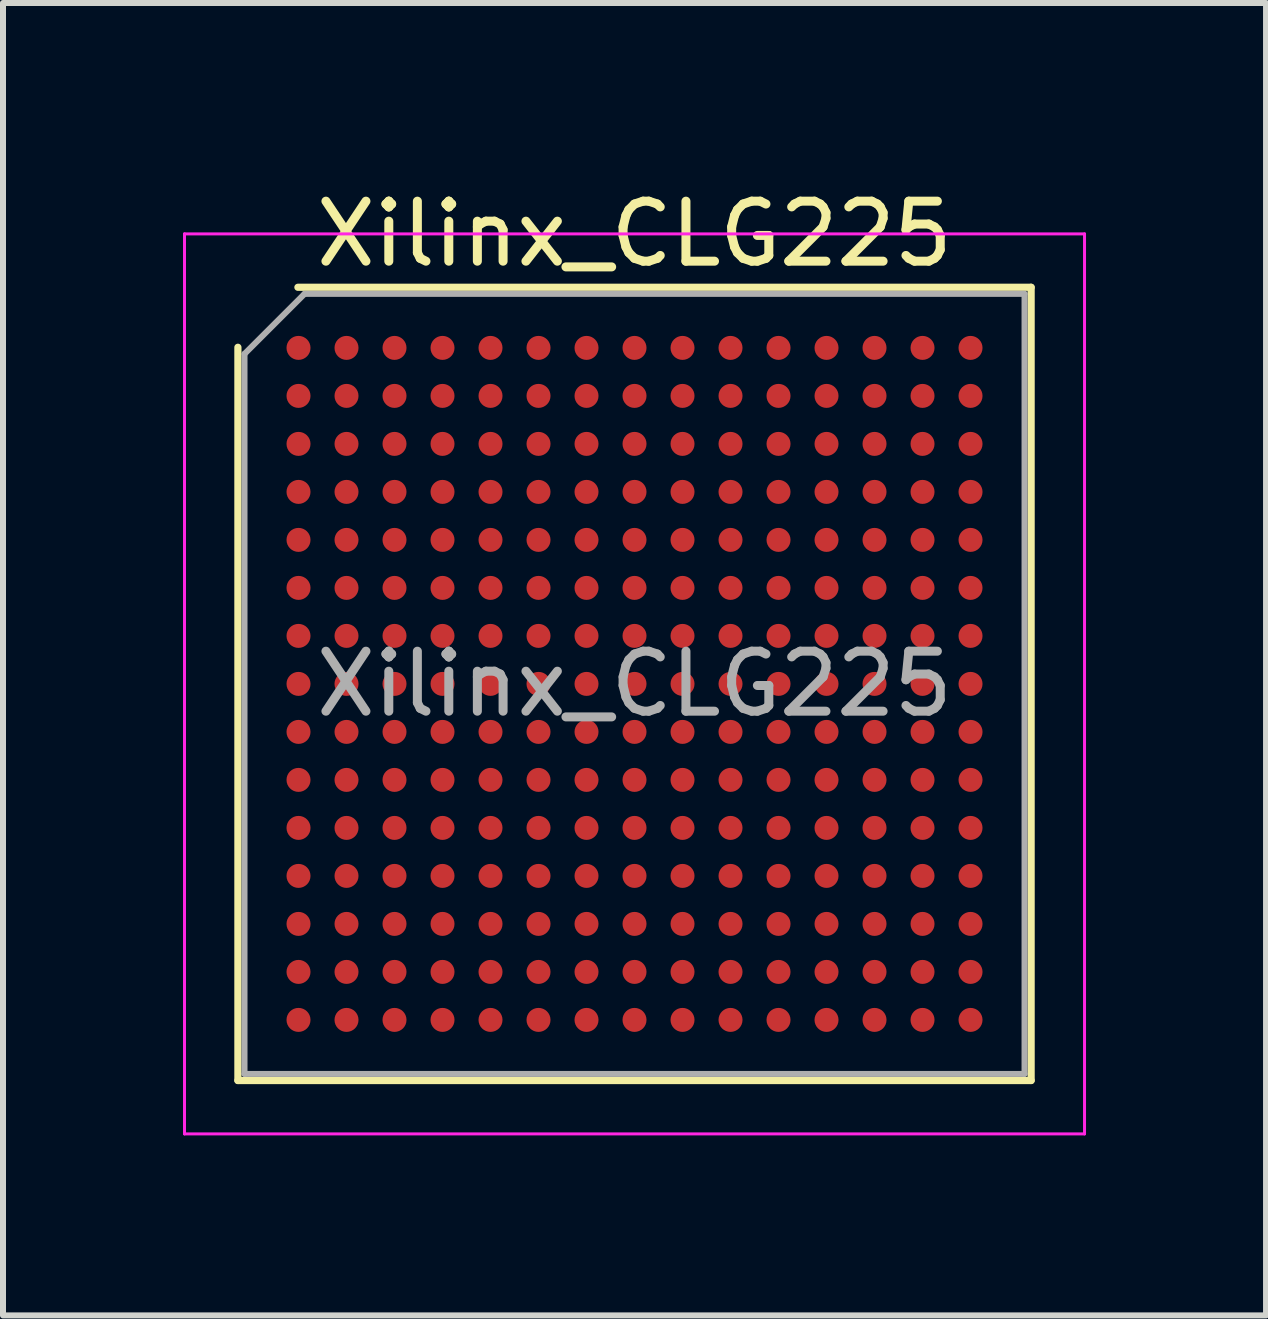
<source format=kicad_pcb>
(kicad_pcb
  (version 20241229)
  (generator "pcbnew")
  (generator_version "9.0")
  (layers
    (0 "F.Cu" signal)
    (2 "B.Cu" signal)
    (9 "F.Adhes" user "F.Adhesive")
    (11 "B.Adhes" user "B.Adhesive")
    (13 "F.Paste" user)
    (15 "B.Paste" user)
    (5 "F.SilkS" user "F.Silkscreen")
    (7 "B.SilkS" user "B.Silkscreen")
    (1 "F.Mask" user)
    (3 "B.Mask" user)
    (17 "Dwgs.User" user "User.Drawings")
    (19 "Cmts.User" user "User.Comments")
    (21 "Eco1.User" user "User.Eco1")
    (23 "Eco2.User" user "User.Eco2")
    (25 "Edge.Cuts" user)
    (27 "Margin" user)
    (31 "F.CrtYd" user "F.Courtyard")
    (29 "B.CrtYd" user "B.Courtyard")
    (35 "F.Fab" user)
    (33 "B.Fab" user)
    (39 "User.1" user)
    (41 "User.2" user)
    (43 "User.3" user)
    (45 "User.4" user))
  (footprint "Xilinx_CLG225"
    (layer "F.Cu")
    (at 7.525 8.348)
    (property "Reference" "Xilinx_CLG225" (at 0 -7.5 0) (layer "F.SilkS") (effects (font (size 1 1) (thickness 0.15))))
    (attr smd)
    (fp_line (start -6.61 6.61) (end -6.61 -5.61) (stroke (width 0.12) (type solid)) (layer "F.SilkS"))
    (fp_line (start -5.61 -6.61) (end 6.61 -6.61) (stroke (width 0.12) (type solid)) (layer "F.SilkS"))
    (fp_line (start 6.61 -6.61) (end 6.61 6.61) (stroke (width 0.12) (type solid)) (layer "F.SilkS"))
    (fp_line (start 6.61 6.61) (end -6.61 6.61) (stroke (width 0.12) (type solid)) (layer "F.SilkS"))
    (fp_line (start -7.5 -7.5) (end -7.5 7.5) (stroke (width 0.05) (type solid)) (layer "F.CrtYd"))
    (fp_line (start -7.5 7.5) (end 7.5 7.5) (stroke (width 0.05) (type solid)) (layer "F.CrtYd"))
    (fp_line (start 7.5 -7.5) (end -7.5 -7.5) (stroke (width 0.05) (type solid)) (layer "F.CrtYd"))
    (fp_line (start 7.5 7.5) (end 7.5 -7.5) (stroke (width 0.05) (type solid)) (layer "F.CrtYd"))
    (fp_line (start -6.5 -5.5) (end -5.5 -6.5) (stroke (width 0.1) (type solid)) (layer "F.Fab"))
    (fp_line (start -6.5 6.5) (end -6.5 -5.5) (stroke (width 0.1) (type solid)) (layer "F.Fab"))
    (fp_line (start -5.5 -6.5) (end 6.5 -6.5) (stroke (width 0.1) (type solid)) (layer "F.Fab"))
    (fp_line (start 6.5 -6.5) (end 6.5 6.5) (stroke (width 0.1) (type solid)) (layer "F.Fab"))
    (fp_line (start 6.5 6.5) (end -6.5 6.5) (stroke (width 0.1) (type solid)) (layer "F.Fab"))
    (fp_text user "${REFERENCE}" (at 0 0 0) (layer "F.Fab") (effects (font (size 1 1) (thickness 0.15))))
    (pad "A1" smd circle (at -5.6 -5.6) (size 0.4 0.4) (layers "F.Cu" "F.Mask" "F.Paste"))
    (pad "A2" smd circle (at -4.8 -5.6) (size 0.4 0.4) (layers "F.Cu" "F.Mask" "F.Paste"))
    (pad "A3" smd circle (at -4 -5.6) (size 0.4 0.4) (layers "F.Cu" "F.Mask" "F.Paste"))
    (pad "A4" smd circle (at -3.2 -5.6) (size 0.4 0.4) (layers "F.Cu" "F.Mask" "F.Paste"))
    (pad "A5" smd circle (at -2.4 -5.6) (size 0.4 0.4) (layers "F.Cu" "F.Mask" "F.Paste"))
    (pad "A6" smd circle (at -1.6 -5.6) (size 0.4 0.4) (layers "F.Cu" "F.Mask" "F.Paste"))
    (pad "A7" smd circle (at -0.8 -5.6) (size 0.4 0.4) (layers "F.Cu" "F.Mask" "F.Paste"))
    (pad "A8" smd circle (at 0 -5.6) (size 0.4 0.4) (layers "F.Cu" "F.Mask" "F.Paste"))
    (pad "A9" smd circle (at 0.8 -5.6) (size 0.4 0.4) (layers "F.Cu" "F.Mask" "F.Paste"))
    (pad "A10" smd circle (at 1.6 -5.6) (size 0.4 0.4) (layers "F.Cu" "F.Mask" "F.Paste"))
    (pad "A11" smd circle (at 2.4 -5.6) (size 0.4 0.4) (layers "F.Cu" "F.Mask" "F.Paste"))
    (pad "A12" smd circle (at 3.2 -5.6) (size 0.4 0.4) (layers "F.Cu" "F.Mask" "F.Paste"))
    (pad "A13" smd circle (at 4 -5.6) (size 0.4 0.4) (layers "F.Cu" "F.Mask" "F.Paste"))
    (pad "A14" smd circle (at 4.8 -5.6) (size 0.4 0.4) (layers "F.Cu" "F.Mask" "F.Paste"))
    (pad "A15" smd circle (at 5.6 -5.6) (size 0.4 0.4) (layers "F.Cu" "F.Mask" "F.Paste"))
    (pad "B1" smd circle (at -5.6 -4.8) (size 0.4 0.4) (layers "F.Cu" "F.Mask" "F.Paste"))
    (pad "B2" smd circle (at -4.8 -4.8) (size 0.4 0.4) (layers "F.Cu" "F.Mask" "F.Paste"))
    (pad "B3" smd circle (at -4 -4.8) (size 0.4 0.4) (layers "F.Cu" "F.Mask" "F.Paste"))
    (pad "B4" smd circle (at -3.2 -4.8) (size 0.4 0.4) (layers "F.Cu" "F.Mask" "F.Paste"))
    (pad "B5" smd circle (at -2.4 -4.8) (size 0.4 0.4) (layers "F.Cu" "F.Mask" "F.Paste"))
    (pad "B6" smd circle (at -1.6 -4.8) (size 0.4 0.4) (layers "F.Cu" "F.Mask" "F.Paste"))
    (pad "B7" smd circle (at -0.8 -4.8) (size 0.4 0.4) (layers "F.Cu" "F.Mask" "F.Paste"))
    (pad "B8" smd circle (at 0 -4.8) (size 0.4 0.4) (layers "F.Cu" "F.Mask" "F.Paste"))
    (pad "B9" smd circle (at 0.8 -4.8) (size 0.4 0.4) (layers "F.Cu" "F.Mask" "F.Paste"))
    (pad "B10" smd circle (at 1.6 -4.8) (size 0.4 0.4) (layers "F.Cu" "F.Mask" "F.Paste"))
    (pad "B11" smd circle (at 2.4 -4.8) (size 0.4 0.4) (layers "F.Cu" "F.Mask" "F.Paste"))
    (pad "B12" smd circle (at 3.2 -4.8) (size 0.4 0.4) (layers "F.Cu" "F.Mask" "F.Paste"))
    (pad "B13" smd circle (at 4 -4.8) (size 0.4 0.4) (layers "F.Cu" "F.Mask" "F.Paste"))
    (pad "B14" smd circle (at 4.8 -4.8) (size 0.4 0.4) (layers "F.Cu" "F.Mask" "F.Paste"))
    (pad "B15" smd circle (at 5.6 -4.8) (size 0.4 0.4) (layers "F.Cu" "F.Mask" "F.Paste"))
    (pad "C1" smd circle (at -5.6 -4) (size 0.4 0.4) (layers "F.Cu" "F.Mask" "F.Paste"))
    (pad "C2" smd circle (at -4.8 -4) (size 0.4 0.4) (layers "F.Cu" "F.Mask" "F.Paste"))
    (pad "C3" smd circle (at -4 -4) (size 0.4 0.4) (layers "F.Cu" "F.Mask" "F.Paste"))
    (pad "C4" smd circle (at -3.2 -4) (size 0.4 0.4) (layers "F.Cu" "F.Mask" "F.Paste"))
    (pad "C5" smd circle (at -2.4 -4) (size 0.4 0.4) (layers "F.Cu" "F.Mask" "F.Paste"))
    (pad "C6" smd circle (at -1.6 -4) (size 0.4 0.4) (layers "F.Cu" "F.Mask" "F.Paste"))
    (pad "C7" smd circle (at -0.8 -4) (size 0.4 0.4) (layers "F.Cu" "F.Mask" "F.Paste"))
    (pad "C8" smd circle (at 0 -4) (size 0.4 0.4) (layers "F.Cu" "F.Mask" "F.Paste"))
    (pad "C9" smd circle (at 0.8 -4) (size 0.4 0.4) (layers "F.Cu" "F.Mask" "F.Paste"))
    (pad "C10" smd circle (at 1.6 -4) (size 0.4 0.4) (layers "F.Cu" "F.Mask" "F.Paste"))
    (pad "C11" smd circle (at 2.4 -4) (size 0.4 0.4) (layers "F.Cu" "F.Mask" "F.Paste"))
    (pad "C12" smd circle (at 3.2 -4) (size 0.4 0.4) (layers "F.Cu" "F.Mask" "F.Paste"))
    (pad "C13" smd circle (at 4 -4) (size 0.4 0.4) (layers "F.Cu" "F.Mask" "F.Paste"))
    (pad "C14" smd circle (at 4.8 -4) (size 0.4 0.4) (layers "F.Cu" "F.Mask" "F.Paste"))
    (pad "C15" smd circle (at 5.6 -4) (size 0.4 0.4) (layers "F.Cu" "F.Mask" "F.Paste"))
    (pad "D1" smd circle (at -5.6 -3.2) (size 0.4 0.4) (layers "F.Cu" "F.Mask" "F.Paste"))
    (pad "D2" smd circle (at -4.8 -3.2) (size 0.4 0.4) (layers "F.Cu" "F.Mask" "F.Paste"))
    (pad "D3" smd circle (at -4 -3.2) (size 0.4 0.4) (layers "F.Cu" "F.Mask" "F.Paste"))
    (pad "D4" smd circle (at -3.2 -3.2) (size 0.4 0.4) (layers "F.Cu" "F.Mask" "F.Paste"))
    (pad "D5" smd circle (at -2.4 -3.2) (size 0.4 0.4) (layers "F.Cu" "F.Mask" "F.Paste"))
    (pad "D6" smd circle (at -1.6 -3.2) (size 0.4 0.4) (layers "F.Cu" "F.Mask" "F.Paste"))
    (pad "D7" smd circle (at -0.8 -3.2) (size 0.4 0.4) (layers "F.Cu" "F.Mask" "F.Paste"))
    (pad "D8" smd circle (at 0 -3.2) (size 0.4 0.4) (layers "F.Cu" "F.Mask" "F.Paste"))
    (pad "D9" smd circle (at 0.8 -3.2) (size 0.4 0.4) (layers "F.Cu" "F.Mask" "F.Paste"))
    (pad "D10" smd circle (at 1.6 -3.2) (size 0.4 0.4) (layers "F.Cu" "F.Mask" "F.Paste"))
    (pad "D11" smd circle (at 2.4 -3.2) (size 0.4 0.4) (layers "F.Cu" "F.Mask" "F.Paste"))
    (pad "D12" smd circle (at 3.2 -3.2) (size 0.4 0.4) (layers "F.Cu" "F.Mask" "F.Paste"))
    (pad "D13" smd circle (at 4 -3.2) (size 0.4 0.4) (layers "F.Cu" "F.Mask" "F.Paste"))
    (pad "D14" smd circle (at 4.8 -3.2) (size 0.4 0.4) (layers "F.Cu" "F.Mask" "F.Paste"))
    (pad "D15" smd circle (at 5.6 -3.2) (size 0.4 0.4) (layers "F.Cu" "F.Mask" "F.Paste"))
    (pad "E1" smd circle (at -5.6 -2.4) (size 0.4 0.4) (layers "F.Cu" "F.Mask" "F.Paste"))
    (pad "E2" smd circle (at -4.8 -2.4) (size 0.4 0.4) (layers "F.Cu" "F.Mask" "F.Paste"))
    (pad "E3" smd circle (at -4 -2.4) (size 0.4 0.4) (layers "F.Cu" "F.Mask" "F.Paste"))
    (pad "E4" smd circle (at -3.2 -2.4) (size 0.4 0.4) (layers "F.Cu" "F.Mask" "F.Paste"))
    (pad "E5" smd circle (at -2.4 -2.4) (size 0.4 0.4) (layers "F.Cu" "F.Mask" "F.Paste"))
    (pad "E6" smd circle (at -1.6 -2.4) (size 0.4 0.4) (layers "F.Cu" "F.Mask" "F.Paste"))
    (pad "E7" smd circle (at -0.8 -2.4) (size 0.4 0.4) (layers "F.Cu" "F.Mask" "F.Paste"))
    (pad "E8" smd circle (at 0 -2.4) (size 0.4 0.4) (layers "F.Cu" "F.Mask" "F.Paste"))
    (pad "E9" smd circle (at 0.8 -2.4) (size 0.4 0.4) (layers "F.Cu" "F.Mask" "F.Paste"))
    (pad "E10" smd circle (at 1.6 -2.4) (size 0.4 0.4) (layers "F.Cu" "F.Mask" "F.Paste"))
    (pad "E11" smd circle (at 2.4 -2.4) (size 0.4 0.4) (layers "F.Cu" "F.Mask" "F.Paste"))
    (pad "E12" smd circle (at 3.2 -2.4) (size 0.4 0.4) (layers "F.Cu" "F.Mask" "F.Paste"))
    (pad "E13" smd circle (at 4 -2.4) (size 0.4 0.4) (layers "F.Cu" "F.Mask" "F.Paste"))
    (pad "E14" smd circle (at 4.8 -2.4) (size 0.4 0.4) (layers "F.Cu" "F.Mask" "F.Paste"))
    (pad "E15" smd circle (at 5.6 -2.4) (size 0.4 0.4) (layers "F.Cu" "F.Mask" "F.Paste"))
    (pad "F1" smd circle (at -5.6 -1.6) (size 0.4 0.4) (layers "F.Cu" "F.Mask" "F.Paste"))
    (pad "F2" smd circle (at -4.8 -1.6) (size 0.4 0.4) (layers "F.Cu" "F.Mask" "F.Paste"))
    (pad "F3" smd circle (at -4 -1.6) (size 0.4 0.4) (layers "F.Cu" "F.Mask" "F.Paste"))
    (pad "F4" smd circle (at -3.2 -1.6) (size 0.4 0.4) (layers "F.Cu" "F.Mask" "F.Paste"))
    (pad "F5" smd circle (at -2.4 -1.6) (size 0.4 0.4) (layers "F.Cu" "F.Mask" "F.Paste"))
    (pad "F6" smd circle (at -1.6 -1.6) (size 0.4 0.4) (layers "F.Cu" "F.Mask" "F.Paste"))
    (pad "F7" smd circle (at -0.8 -1.6) (size 0.4 0.4) (layers "F.Cu" "F.Mask" "F.Paste"))
    (pad "F8" smd circle (at 0 -1.6) (size 0.4 0.4) (layers "F.Cu" "F.Mask" "F.Paste"))
    (pad "F9" smd circle (at 0.8 -1.6) (size 0.4 0.4) (layers "F.Cu" "F.Mask" "F.Paste"))
    (pad "F10" smd circle (at 1.6 -1.6) (size 0.4 0.4) (layers "F.Cu" "F.Mask" "F.Paste"))
    (pad "F11" smd circle (at 2.4 -1.6) (size 0.4 0.4) (layers "F.Cu" "F.Mask" "F.Paste"))
    (pad "F12" smd circle (at 3.2 -1.6) (size 0.4 0.4) (layers "F.Cu" "F.Mask" "F.Paste"))
    (pad "F13" smd circle (at 4 -1.6) (size 0.4 0.4) (layers "F.Cu" "F.Mask" "F.Paste"))
    (pad "F14" smd circle (at 4.8 -1.6) (size 0.4 0.4) (layers "F.Cu" "F.Mask" "F.Paste"))
    (pad "F15" smd circle (at 5.6 -1.6) (size 0.4 0.4) (layers "F.Cu" "F.Mask" "F.Paste"))
    (pad "G1" smd circle (at -5.6 -0.8) (size 0.4 0.4) (layers "F.Cu" "F.Mask" "F.Paste"))
    (pad "G2" smd circle (at -4.8 -0.8) (size 0.4 0.4) (layers "F.Cu" "F.Mask" "F.Paste"))
    (pad "G3" smd circle (at -4 -0.8) (size 0.4 0.4) (layers "F.Cu" "F.Mask" "F.Paste"))
    (pad "G4" smd circle (at -3.2 -0.8) (size 0.4 0.4) (layers "F.Cu" "F.Mask" "F.Paste"))
    (pad "G5" smd circle (at -2.4 -0.8) (size 0.4 0.4) (layers "F.Cu" "F.Mask" "F.Paste"))
    (pad "G6" smd circle (at -1.6 -0.8) (size 0.4 0.4) (layers "F.Cu" "F.Mask" "F.Paste"))
    (pad "G7" smd circle (at -0.8 -0.8) (size 0.4 0.4) (layers "F.Cu" "F.Mask" "F.Paste"))
    (pad "G8" smd circle (at 0 -0.8) (size 0.4 0.4) (layers "F.Cu" "F.Mask" "F.Paste"))
    (pad "G9" smd circle (at 0.8 -0.8) (size 0.4 0.4) (layers "F.Cu" "F.Mask" "F.Paste"))
    (pad "G10" smd circle (at 1.6 -0.8) (size 0.4 0.4) (layers "F.Cu" "F.Mask" "F.Paste"))
    (pad "G11" smd circle (at 2.4 -0.8) (size 0.4 0.4) (layers "F.Cu" "F.Mask" "F.Paste"))
    (pad "G12" smd circle (at 3.2 -0.8) (size 0.4 0.4) (layers "F.Cu" "F.Mask" "F.Paste"))
    (pad "G13" smd circle (at 4 -0.8) (size 0.4 0.4) (layers "F.Cu" "F.Mask" "F.Paste"))
    (pad "G14" smd circle (at 4.8 -0.8) (size 0.4 0.4) (layers "F.Cu" "F.Mask" "F.Paste"))
    (pad "G15" smd circle (at 5.6 -0.8) (size 0.4 0.4) (layers "F.Cu" "F.Mask" "F.Paste"))
    (pad "H1" smd circle (at -5.6 0) (size 0.4 0.4) (layers "F.Cu" "F.Mask" "F.Paste"))
    (pad "H2" smd circle (at -4.8 0) (size 0.4 0.4) (layers "F.Cu" "F.Mask" "F.Paste"))
    (pad "H3" smd circle (at -4 0) (size 0.4 0.4) (layers "F.Cu" "F.Mask" "F.Paste"))
    (pad "H4" smd circle (at -3.2 0) (size 0.4 0.4) (layers "F.Cu" "F.Mask" "F.Paste"))
    (pad "H5" smd circle (at -2.4 0) (size 0.4 0.4) (layers "F.Cu" "F.Mask" "F.Paste"))
    (pad "H6" smd circle (at -1.6 0) (size 0.4 0.4) (layers "F.Cu" "F.Mask" "F.Paste"))
    (pad "H7" smd circle (at -0.8 0) (size 0.4 0.4) (layers "F.Cu" "F.Mask" "F.Paste"))
    (pad "H8" smd circle (at 0 0) (size 0.4 0.4) (layers "F.Cu" "F.Mask" "F.Paste"))
    (pad "H9" smd circle (at 0.8 0) (size 0.4 0.4) (layers "F.Cu" "F.Mask" "F.Paste"))
    (pad "H10" smd circle (at 1.6 0) (size 0.4 0.4) (layers "F.Cu" "F.Mask" "F.Paste"))
    (pad "H11" smd circle (at 2.4 0) (size 0.4 0.4) (layers "F.Cu" "F.Mask" "F.Paste"))
    (pad "H12" smd circle (at 3.2 0) (size 0.4 0.4) (layers "F.Cu" "F.Mask" "F.Paste"))
    (pad "H13" smd circle (at 4 0) (size 0.4 0.4) (layers "F.Cu" "F.Mask" "F.Paste"))
    (pad "H14" smd circle (at 4.8 0) (size 0.4 0.4) (layers "F.Cu" "F.Mask" "F.Paste"))
    (pad "H15" smd circle (at 5.6 0) (size 0.4 0.4) (layers "F.Cu" "F.Mask" "F.Paste"))
    (pad "J1" smd circle (at -5.6 0.8) (size 0.4 0.4) (layers "F.Cu" "F.Mask" "F.Paste"))
    (pad "J2" smd circle (at -4.8 0.8) (size 0.4 0.4) (layers "F.Cu" "F.Mask" "F.Paste"))
    (pad "J3" smd circle (at -4 0.8) (size 0.4 0.4) (layers "F.Cu" "F.Mask" "F.Paste"))
    (pad "J4" smd circle (at -3.2 0.8) (size 0.4 0.4) (layers "F.Cu" "F.Mask" "F.Paste"))
    (pad "J5" smd circle (at -2.4 0.8) (size 0.4 0.4) (layers "F.Cu" "F.Mask" "F.Paste"))
    (pad "J6" smd circle (at -1.6 0.8) (size 0.4 0.4) (layers "F.Cu" "F.Mask" "F.Paste"))
    (pad "J7" smd circle (at -0.8 0.8) (size 0.4 0.4) (layers "F.Cu" "F.Mask" "F.Paste"))
    (pad "J8" smd circle (at 0 0.8) (size 0.4 0.4) (layers "F.Cu" "F.Mask" "F.Paste"))
    (pad "J9" smd circle (at 0.8 0.8) (size 0.4 0.4) (layers "F.Cu" "F.Mask" "F.Paste"))
    (pad "J10" smd circle (at 1.6 0.8) (size 0.4 0.4) (layers "F.Cu" "F.Mask" "F.Paste"))
    (pad "J11" smd circle (at 2.4 0.8) (size 0.4 0.4) (layers "F.Cu" "F.Mask" "F.Paste"))
    (pad "J12" smd circle (at 3.2 0.8) (size 0.4 0.4) (layers "F.Cu" "F.Mask" "F.Paste"))
    (pad "J13" smd circle (at 4 0.8) (size 0.4 0.4) (layers "F.Cu" "F.Mask" "F.Paste"))
    (pad "J14" smd circle (at 4.8 0.8) (size 0.4 0.4) (layers "F.Cu" "F.Mask" "F.Paste"))
    (pad "J15" smd circle (at 5.6 0.8) (size 0.4 0.4) (layers "F.Cu" "F.Mask" "F.Paste"))
    (pad "K1" smd circle (at -5.6 1.6) (size 0.4 0.4) (layers "F.Cu" "F.Mask" "F.Paste"))
    (pad "K2" smd circle (at -4.8 1.6) (size 0.4 0.4) (layers "F.Cu" "F.Mask" "F.Paste"))
    (pad "K3" smd circle (at -4 1.6) (size 0.4 0.4) (layers "F.Cu" "F.Mask" "F.Paste"))
    (pad "K4" smd circle (at -3.2 1.6) (size 0.4 0.4) (layers "F.Cu" "F.Mask" "F.Paste"))
    (pad "K5" smd circle (at -2.4 1.6) (size 0.4 0.4) (layers "F.Cu" "F.Mask" "F.Paste"))
    (pad "K6" smd circle (at -1.6 1.6) (size 0.4 0.4) (layers "F.Cu" "F.Mask" "F.Paste"))
    (pad "K7" smd circle (at -0.8 1.6) (size 0.4 0.4) (layers "F.Cu" "F.Mask" "F.Paste"))
    (pad "K8" smd circle (at 0 1.6) (size 0.4 0.4) (layers "F.Cu" "F.Mask" "F.Paste"))
    (pad "K9" smd circle (at 0.8 1.6) (size 0.4 0.4) (layers "F.Cu" "F.Mask" "F.Paste"))
    (pad "K10" smd circle (at 1.6 1.6) (size 0.4 0.4) (layers "F.Cu" "F.Mask" "F.Paste"))
    (pad "K11" smd circle (at 2.4 1.6) (size 0.4 0.4) (layers "F.Cu" "F.Mask" "F.Paste"))
    (pad "K12" smd circle (at 3.2 1.6) (size 0.4 0.4) (layers "F.Cu" "F.Mask" "F.Paste"))
    (pad "K13" smd circle (at 4 1.6) (size 0.4 0.4) (layers "F.Cu" "F.Mask" "F.Paste"))
    (pad "K14" smd circle (at 4.8 1.6) (size 0.4 0.4) (layers "F.Cu" "F.Mask" "F.Paste"))
    (pad "K15" smd circle (at 5.6 1.6) (size 0.4 0.4) (layers "F.Cu" "F.Mask" "F.Paste"))
    (pad "L1" smd circle (at -5.6 2.4) (size 0.4 0.4) (layers "F.Cu" "F.Mask" "F.Paste"))
    (pad "L2" smd circle (at -4.8 2.4) (size 0.4 0.4) (layers "F.Cu" "F.Mask" "F.Paste"))
    (pad "L3" smd circle (at -4 2.4) (size 0.4 0.4) (layers "F.Cu" "F.Mask" "F.Paste"))
    (pad "L4" smd circle (at -3.2 2.4) (size 0.4 0.4) (layers "F.Cu" "F.Mask" "F.Paste"))
    (pad "L5" smd circle (at -2.4 2.4) (size 0.4 0.4) (layers "F.Cu" "F.Mask" "F.Paste"))
    (pad "L6" smd circle (at -1.6 2.4) (size 0.4 0.4) (layers "F.Cu" "F.Mask" "F.Paste"))
    (pad "L7" smd circle (at -0.8 2.4) (size 0.4 0.4) (layers "F.Cu" "F.Mask" "F.Paste"))
    (pad "L8" smd circle (at 0 2.4) (size 0.4 0.4) (layers "F.Cu" "F.Mask" "F.Paste"))
    (pad "L9" smd circle (at 0.8 2.4) (size 0.4 0.4) (layers "F.Cu" "F.Mask" "F.Paste"))
    (pad "L10" smd circle (at 1.6 2.4) (size 0.4 0.4) (layers "F.Cu" "F.Mask" "F.Paste"))
    (pad "L11" smd circle (at 2.4 2.4) (size 0.4 0.4) (layers "F.Cu" "F.Mask" "F.Paste"))
    (pad "L12" smd circle (at 3.2 2.4) (size 0.4 0.4) (layers "F.Cu" "F.Mask" "F.Paste"))
    (pad "L13" smd circle (at 4 2.4) (size 0.4 0.4) (layers "F.Cu" "F.Mask" "F.Paste"))
    (pad "L14" smd circle (at 4.8 2.4) (size 0.4 0.4) (layers "F.Cu" "F.Mask" "F.Paste"))
    (pad "L15" smd circle (at 5.6 2.4) (size 0.4 0.4) (layers "F.Cu" "F.Mask" "F.Paste"))
    (pad "M1" smd circle (at -5.6 3.2) (size 0.4 0.4) (layers "F.Cu" "F.Mask" "F.Paste"))
    (pad "M2" smd circle (at -4.8 3.2) (size 0.4 0.4) (layers "F.Cu" "F.Mask" "F.Paste"))
    (pad "M3" smd circle (at -4 3.2) (size 0.4 0.4) (layers "F.Cu" "F.Mask" "F.Paste"))
    (pad "M4" smd circle (at -3.2 3.2) (size 0.4 0.4) (layers "F.Cu" "F.Mask" "F.Paste"))
    (pad "M5" smd circle (at -2.4 3.2) (size 0.4 0.4) (layers "F.Cu" "F.Mask" "F.Paste"))
    (pad "M6" smd circle (at -1.6 3.2) (size 0.4 0.4) (layers "F.Cu" "F.Mask" "F.Paste"))
    (pad "M7" smd circle (at -0.8 3.2) (size 0.4 0.4) (layers "F.Cu" "F.Mask" "F.Paste"))
    (pad "M8" smd circle (at 0 3.2) (size 0.4 0.4) (layers "F.Cu" "F.Mask" "F.Paste"))
    (pad "M9" smd circle (at 0.8 3.2) (size 0.4 0.4) (layers "F.Cu" "F.Mask" "F.Paste"))
    (pad "M10" smd circle (at 1.6 3.2) (size 0.4 0.4) (layers "F.Cu" "F.Mask" "F.Paste"))
    (pad "M11" smd circle (at 2.4 3.2) (size 0.4 0.4) (layers "F.Cu" "F.Mask" "F.Paste"))
    (pad "M12" smd circle (at 3.2 3.2) (size 0.4 0.4) (layers "F.Cu" "F.Mask" "F.Paste"))
    (pad "M13" smd circle (at 4 3.2) (size 0.4 0.4) (layers "F.Cu" "F.Mask" "F.Paste"))
    (pad "M14" smd circle (at 4.8 3.2) (size 0.4 0.4) (layers "F.Cu" "F.Mask" "F.Paste"))
    (pad "M15" smd circle (at 5.6 3.2) (size 0.4 0.4) (layers "F.Cu" "F.Mask" "F.Paste"))
    (pad "N1" smd circle (at -5.6 4) (size 0.4 0.4) (layers "F.Cu" "F.Mask" "F.Paste"))
    (pad "N2" smd circle (at -4.8 4) (size 0.4 0.4) (layers "F.Cu" "F.Mask" "F.Paste"))
    (pad "N3" smd circle (at -4 4) (size 0.4 0.4) (layers "F.Cu" "F.Mask" "F.Paste"))
    (pad "N4" smd circle (at -3.2 4) (size 0.4 0.4) (layers "F.Cu" "F.Mask" "F.Paste"))
    (pad "N5" smd circle (at -2.4 4) (size 0.4 0.4) (layers "F.Cu" "F.Mask" "F.Paste"))
    (pad "N6" smd circle (at -1.6 4) (size 0.4 0.4) (layers "F.Cu" "F.Mask" "F.Paste"))
    (pad "N7" smd circle (at -0.8 4) (size 0.4 0.4) (layers "F.Cu" "F.Mask" "F.Paste"))
    (pad "N8" smd circle (at 0 4) (size 0.4 0.4) (layers "F.Cu" "F.Mask" "F.Paste"))
    (pad "N9" smd circle (at 0.8 4) (size 0.4 0.4) (layers "F.Cu" "F.Mask" "F.Paste"))
    (pad "N10" smd circle (at 1.6 4) (size 0.4 0.4) (layers "F.Cu" "F.Mask" "F.Paste"))
    (pad "N11" smd circle (at 2.4 4) (size 0.4 0.4) (layers "F.Cu" "F.Mask" "F.Paste"))
    (pad "N12" smd circle (at 3.2 4) (size 0.4 0.4) (layers "F.Cu" "F.Mask" "F.Paste"))
    (pad "N13" smd circle (at 4 4) (size 0.4 0.4) (layers "F.Cu" "F.Mask" "F.Paste"))
    (pad "N14" smd circle (at 4.8 4) (size 0.4 0.4) (layers "F.Cu" "F.Mask" "F.Paste"))
    (pad "N15" smd circle (at 5.6 4) (size 0.4 0.4) (layers "F.Cu" "F.Mask" "F.Paste"))
    (pad "P1" smd circle (at -5.6 4.8) (size 0.4 0.4) (layers "F.Cu" "F.Mask" "F.Paste"))
    (pad "P2" smd circle (at -4.8 4.8) (size 0.4 0.4) (layers "F.Cu" "F.Mask" "F.Paste"))
    (pad "P3" smd circle (at -4 4.8) (size 0.4 0.4) (layers "F.Cu" "F.Mask" "F.Paste"))
    (pad "P4" smd circle (at -3.2 4.8) (size 0.4 0.4) (layers "F.Cu" "F.Mask" "F.Paste"))
    (pad "P5" smd circle (at -2.4 4.8) (size 0.4 0.4) (layers "F.Cu" "F.Mask" "F.Paste"))
    (pad "P6" smd circle (at -1.6 4.8) (size 0.4 0.4) (layers "F.Cu" "F.Mask" "F.Paste"))
    (pad "P7" smd circle (at -0.8 4.8) (size 0.4 0.4) (layers "F.Cu" "F.Mask" "F.Paste"))
    (pad "P8" smd circle (at 0 4.8) (size 0.4 0.4) (layers "F.Cu" "F.Mask" "F.Paste"))
    (pad "P9" smd circle (at 0.8 4.8) (size 0.4 0.4) (layers "F.Cu" "F.Mask" "F.Paste"))
    (pad "P10" smd circle (at 1.6 4.8) (size 0.4 0.4) (layers "F.Cu" "F.Mask" "F.Paste"))
    (pad "P11" smd circle (at 2.4 4.8) (size 0.4 0.4) (layers "F.Cu" "F.Mask" "F.Paste"))
    (pad "P12" smd circle (at 3.2 4.8) (size 0.4 0.4) (layers "F.Cu" "F.Mask" "F.Paste"))
    (pad "P13" smd circle (at 4 4.8) (size 0.4 0.4) (layers "F.Cu" "F.Mask" "F.Paste"))
    (pad "P14" smd circle (at 4.8 4.8) (size 0.4 0.4) (layers "F.Cu" "F.Mask" "F.Paste"))
    (pad "P15" smd circle (at 5.6 4.8) (size 0.4 0.4) (layers "F.Cu" "F.Mask" "F.Paste"))
    (pad "R1" smd circle (at -5.6 5.6) (size 0.4 0.4) (layers "F.Cu" "F.Mask" "F.Paste"))
    (pad "R2" smd circle (at -4.8 5.6) (size 0.4 0.4) (layers "F.Cu" "F.Mask" "F.Paste"))
    (pad "R3" smd circle (at -4 5.6) (size 0.4 0.4) (layers "F.Cu" "F.Mask" "F.Paste"))
    (pad "R4" smd circle (at -3.2 5.6) (size 0.4 0.4) (layers "F.Cu" "F.Mask" "F.Paste"))
    (pad "R5" smd circle (at -2.4 5.6) (size 0.4 0.4) (layers "F.Cu" "F.Mask" "F.Paste"))
    (pad "R6" smd circle (at -1.6 5.6) (size 0.4 0.4) (layers "F.Cu" "F.Mask" "F.Paste"))
    (pad "R7" smd circle (at -0.8 5.6) (size 0.4 0.4) (layers "F.Cu" "F.Mask" "F.Paste"))
    (pad "R8" smd circle (at 0 5.6) (size 0.4 0.4) (layers "F.Cu" "F.Mask" "F.Paste"))
    (pad "R9" smd circle (at 0.8 5.6) (size 0.4 0.4) (layers "F.Cu" "F.Mask" "F.Paste"))
    (pad "R10" smd circle (at 1.6 5.6) (size 0.4 0.4) (layers "F.Cu" "F.Mask" "F.Paste"))
    (pad "R11" smd circle (at 2.4 5.6) (size 0.4 0.4) (layers "F.Cu" "F.Mask" "F.Paste"))
    (pad "R12" smd circle (at 3.2 5.6) (size 0.4 0.4) (layers "F.Cu" "F.Mask" "F.Paste"))
    (pad "R13" smd circle (at 4 5.6) (size 0.4 0.4) (layers "F.Cu" "F.Mask" "F.Paste"))
    (pad "R14" smd circle (at 4.8 5.6) (size 0.4 0.4) (layers "F.Cu" "F.Mask" "F.Paste"))
    (pad "R15" smd circle (at 5.6 5.6) (size 0.4 0.4) (layers "F.Cu" "F.Mask" "F.Paste")))
  (gr_rect
    (start -3 -3)
    (end 18.05 18.873)
    (stroke (width 0.1) (type default))
    (fill no)
    (layer "Edge.Cuts")))
</source>
